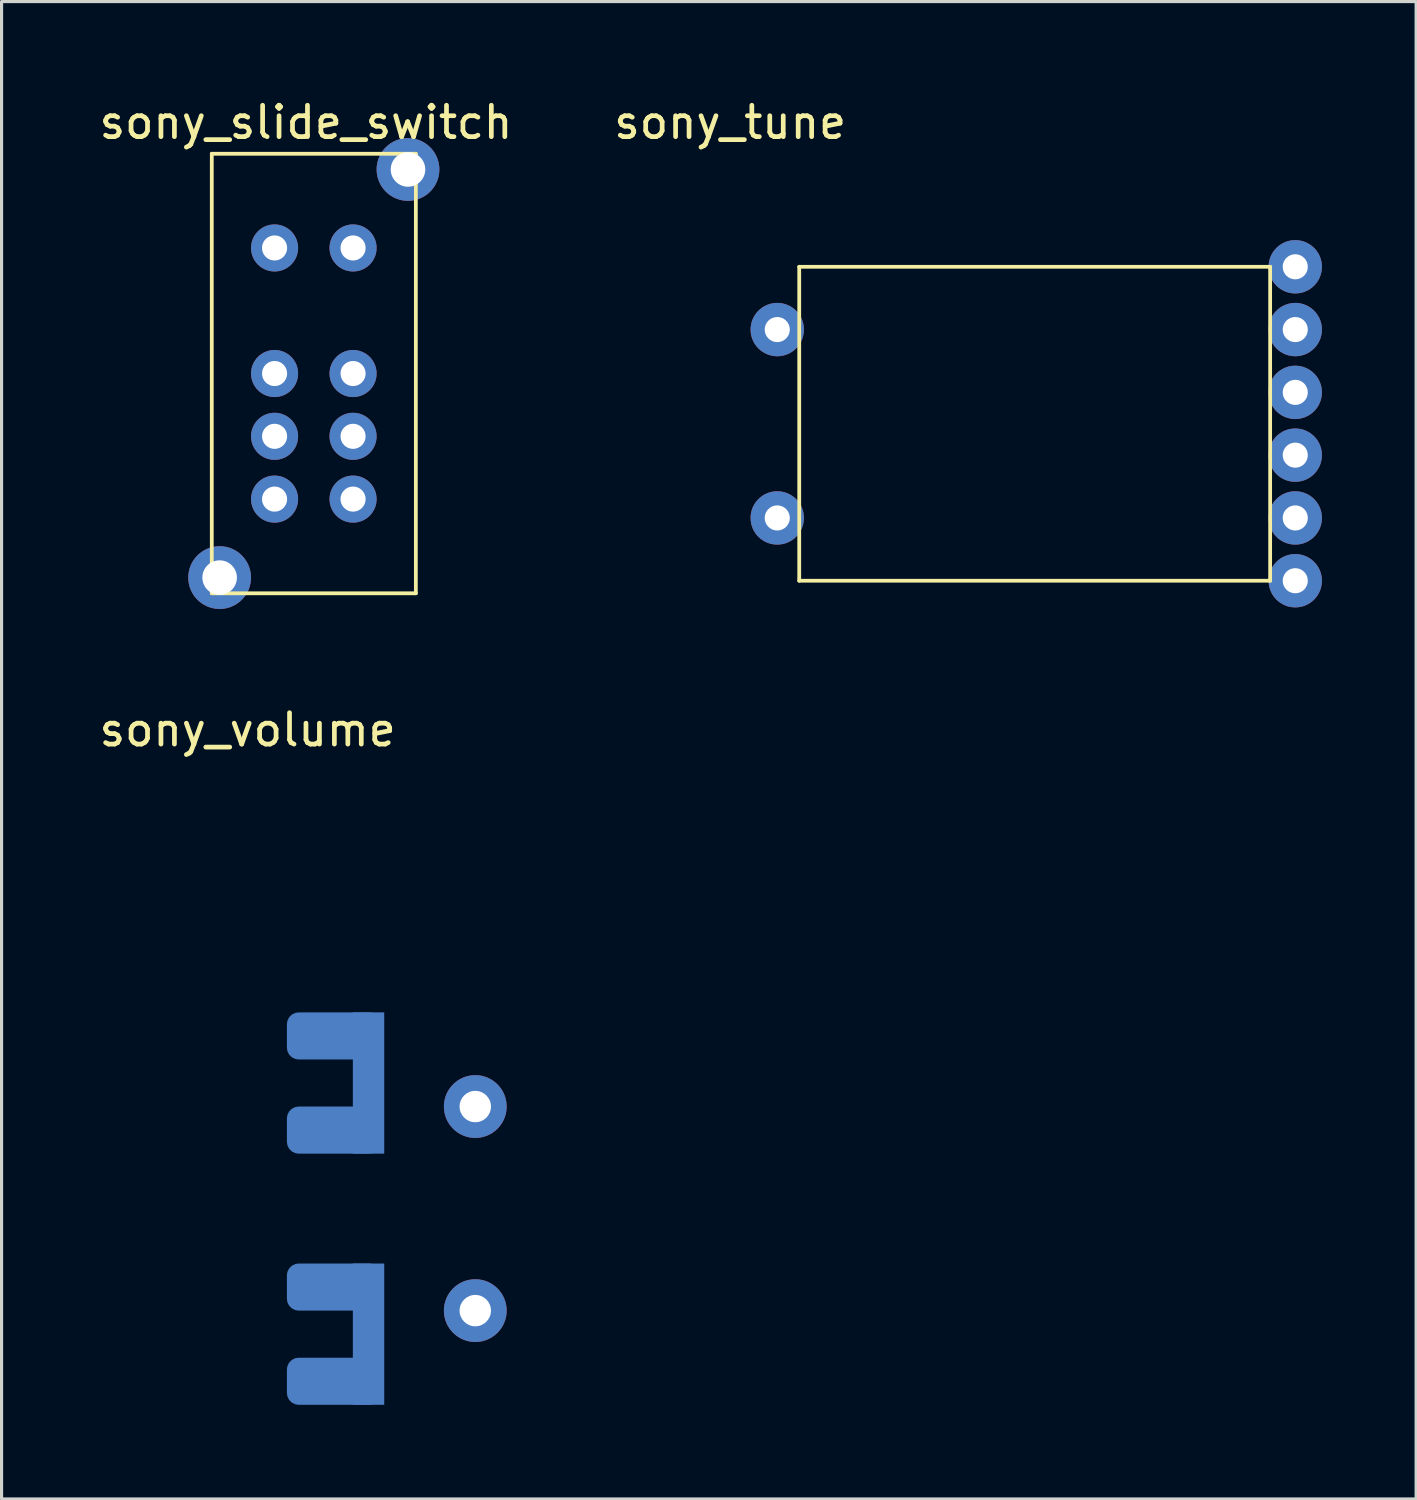
<source format=kicad_pcb>
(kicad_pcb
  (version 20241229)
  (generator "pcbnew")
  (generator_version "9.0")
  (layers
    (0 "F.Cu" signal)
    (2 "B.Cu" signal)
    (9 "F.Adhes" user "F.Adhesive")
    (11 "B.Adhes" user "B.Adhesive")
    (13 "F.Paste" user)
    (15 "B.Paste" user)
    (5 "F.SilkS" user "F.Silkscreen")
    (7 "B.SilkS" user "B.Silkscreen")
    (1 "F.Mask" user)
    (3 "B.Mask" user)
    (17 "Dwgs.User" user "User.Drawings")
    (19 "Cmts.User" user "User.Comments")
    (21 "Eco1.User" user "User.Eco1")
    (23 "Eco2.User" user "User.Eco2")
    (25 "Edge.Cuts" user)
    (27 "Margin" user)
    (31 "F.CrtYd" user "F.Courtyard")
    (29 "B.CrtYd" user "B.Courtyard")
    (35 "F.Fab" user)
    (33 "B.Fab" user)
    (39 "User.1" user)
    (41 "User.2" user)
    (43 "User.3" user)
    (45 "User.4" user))
  (footprint "sony_tune"
    (layer "F.Cu")
    (at 21.708 10.448)
    (property "Reference" "sony_tune" (at -1.5 -9.6 0) (layer "F.SilkS") (effects (font (size 1 1) (thickness 0.15))))
    (attr through_hole)
    (fp_line (start 0.7 -5) (end 15.7 -5) (stroke (width 0.12) (type solid)) (layer "F.SilkS"))
    (fp_line (start 0.7 5) (end 0.7 -5) (stroke (width 0.12) (type solid)) (layer "F.SilkS"))
    (fp_line (start 15.7 -5) (end 15.7 5) (stroke (width 0.12) (type solid)) (layer "F.SilkS"))
    (fp_line (start 15.7 5) (end 0.7 5) (stroke (width 0.12) (type solid)) (layer "F.SilkS"))
    (pad "" thru_hole circle (at 0 -3) (size 1.7 1.7) (drill 0.8) (layers "*.Cu" "*.Mask"))
    (pad "" thru_hole circle (at 0 3) (size 1.7 1.7) (drill 0.8) (layers "*.Cu" "*.Mask"))
    (pad "" thru_hole circle (at 16.5 -3) (size 1.7 1.7) (drill 0.8) (layers "*.Cu" "*.Mask"))
    (pad "" thru_hole circle (at 16.5 -1) (size 1.7 1.7) (drill 0.8) (layers "*.Cu" "*.Mask"))
    (pad "" thru_hole circle (at 16.5 3) (size 1.7 1.7) (drill 0.8) (layers "*.Cu" "*.Mask"))
    (pad "1" thru_hole circle (at 16.5 5) (size 1.7 1.7) (drill 0.8) (layers "*.Cu" "*.Mask"))
    (pad "2" thru_hole circle (at 16.5 1) (size 1.7 1.7) (drill 0.8) (layers "*.Cu" "*.Mask"))
    (pad "3" thru_hole circle (at 16.5 -5) (size 1.7 1.7) (drill 0.8) (layers "*.Cu" "*.Mask")))
  (footprint "sony_volume"
    (layer "F.Cu")
    (at 5.089 28.947)
    (property "Reference" "sony_volume" (at -0.25 -8.75 0) (layer "F.SilkS") (effects (font (size 1 1) (thickness 0.15))))
    (attr through_hole)
    (pad "1" thru_hole circle (at 7 3.25 180) (size 2 2) (drill 1) (layers "*.Cu" "*.Mask"))
    (pad "2" smd roundrect (at 2.5 1 270) (size 1.5 3) (layers "B.Cu" "B.Mask") (roundrect_rratio 0.25))
    (pad "2" smd roundrect (at 2.5 4 270) (size 1.5 3) (layers "B.Cu" "B.Mask") (roundrect_rratio 0.25))
    (pad "2" smd roundrect (at 2.5 9 270) (size 1.5 3) (layers "B.Cu" "B.Mask") (roundrect_rratio 0.25))
    (pad "2" smd roundrect (at 2.5 12 270) (size 1.5 3) (layers "B.Cu" "B.Mask") (roundrect_rratio 0.25))
    (pad "2" smd rect (at 3.6 2.5 180) (size 1 4.5) (layers "B.Cu" "B.Mask"))
    (pad "2" smd rect (at 3.6 10.5 180) (size 1 4.5) (layers "B.Cu" "B.Mask"))
    (pad "3" thru_hole circle (at 7 9.75 180) (size 2 2) (drill 1) (layers "*.Cu" "*.Mask")))
  (footprint "sony_slide_switch"
    (layer "F.Cu")
    (at 9.946 2.348)
    (property "Reference" "sony_slide_switch" (at -3.25 -1.5 0) (layer "F.SilkS") (effects (font (size 1 1) (thickness 0.15))))
    (attr through_hole)
    (fp_line (start -6.25 -0.5) (end 0.25 -0.5) (stroke (width 0.12) (type solid)) (layer "F.SilkS"))
    (fp_line (start -6.25 13.5) (end -6.25 -0.5) (stroke (width 0.12) (type solid)) (layer "F.SilkS"))
    (fp_line (start 0.25 -0.5) (end 0.25 13.5) (stroke (width 0.12) (type solid)) (layer "F.SilkS"))
    (fp_line (start 0.25 13.5) (end -6.25 13.5) (stroke (width 0.12) (type solid)) (layer "F.SilkS"))
    (pad "" thru_hole circle (at -6 13) (size 2 2) (drill 1.1) (layers "*.Cu" "*.Mask"))
    (pad "" thru_hole circle (at -4.25 2.5) (size 1.5 1.5) (drill 0.8) (layers "*.Cu" "*.Mask"))
    (pad "" thru_hole circle (at -1.75 2.5) (size 1.5 1.5) (drill 0.8) (layers "*.Cu" "*.Mask"))
    (pad "" thru_hole circle (at 0 0) (size 2 2) (drill 1.1) (layers "*.Cu" "*.Mask"))
    (pad "1" thru_hole circle (at -4.25 8.5) (size 1.5 1.5) (drill 0.8) (layers "*.Cu" "*.Mask"))
    (pad "2" thru_hole circle (at -4.25 6.5) (size 1.5 1.5) (drill 0.8) (layers "*.Cu" "*.Mask"))
    (pad "3" thru_hole circle (at -4.25 10.5) (size 1.5 1.5) (drill 0.8) (layers "*.Cu" "*.Mask"))
    (pad "4" thru_hole circle (at -1.75 8.5) (size 1.5 1.5) (drill 0.8) (layers "*.Cu" "*.Mask"))
    (pad "5" thru_hole circle (at -1.75 6.5) (size 1.5 1.5) (drill 0.8) (layers "*.Cu" "*.Mask"))
    (pad "6" thru_hole circle (at -1.75 10.5) (size 1.5 1.5) (drill 0.8) (layers "*.Cu" "*.Mask")))
  (gr_rect
    (start -3 -3)
    (end 42.058 44.697)
    (stroke (width 0.1) (type default))
    (fill no)
    (layer "Edge.Cuts")))
</source>
